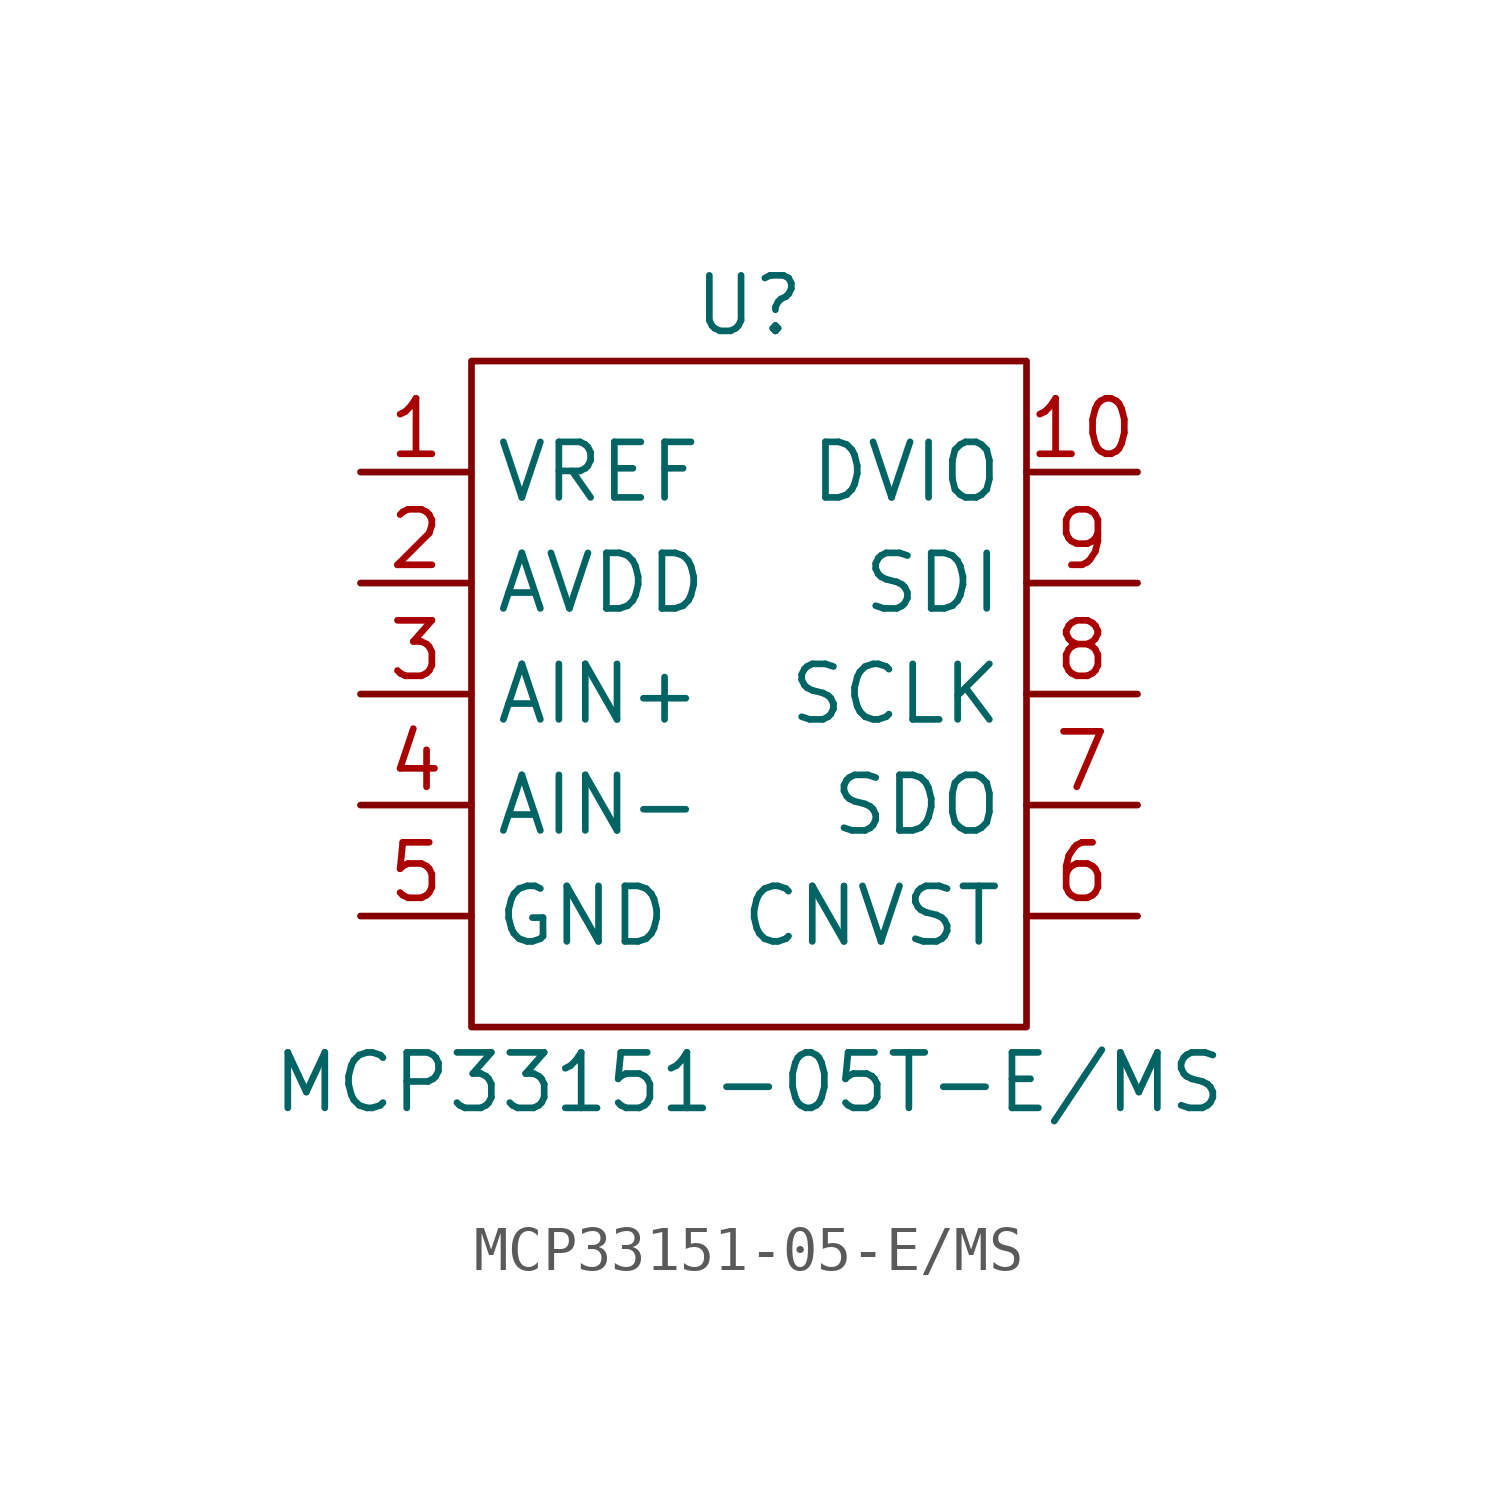
<source format=kicad_sym>
(kicad_symbol_lib
  (version 20220914)
  (generator kicad_symbol_editor)
  (symbol "MCP33151-05-E/MS"
    (property "Reference" "U"
      (at 0 8.89 0)
      (effects (font (size 1.27 1.27))))
    (property "Value" " MCP33151-05T-E/MS"
      (at 0 -8.89 0)
      (effects (font (size 1.27 1.27))))
    (symbol "MCP33151-05-E/MS_0_0"
      (pin passive line (at -8.89 5.08 0) (length 2.54) (name "VREF" (effects (font (size 1.27 1.27)))) (number "1" (effects (font (size 1.27 1.27)))))
      (pin power_in line (at 8.89 5.08 180) (length 2.54) (name "DVIO" (effects (font (size 1.27 1.27)))) (number "10" (effects (font (size 1.27 1.27)))))
      (pin power_in line (at -8.89 2.54 0) (length 2.54) (name "AVDD" (effects (font (size 1.27 1.27)))) (number "2" (effects (font (size 1.27 1.27)))))
      (pin passive line (at -8.89 0 0) (length 2.54) (name "AIN+" (effects (font (size 1.27 1.27)))) (number "3" (effects (font (size 1.27 1.27)))))
      (pin passive line (at -8.89 -2.54 0) (length 2.54) (name "AIN-" (effects (font (size 1.27 1.27)))) (number "4" (effects (font (size 1.27 1.27)))))
      (pin passive line (at -8.89 -5.08 0) (length 2.54) (name "GND" (effects (font (size 1.27 1.27)))) (number "5" (effects (font (size 1.27 1.27)))))
      (pin passive line (at 8.89 -5.08 180) (length 2.54) (name "CNVST" (effects (font (size 1.27 1.27)))) (number "6" (effects (font (size 1.27 1.27)))))
      (pin passive line (at 8.89 -2.54 180) (length 2.54) (name "SDO" (effects (font (size 1.27 1.27)))) (number "7" (effects (font (size 1.27 1.27)))))
      (pin passive line (at 8.89 0 180) (length 2.54) (name "SCLK" (effects (font (size 1.27 1.27)))) (number "8" (effects (font (size 1.27 1.27)))))
      (pin passive line (at 8.89 2.54 180) (length 2.54) (name "SDI" (effects (font (size 1.27 1.27)))) (number "9" (effects (font (size 1.27 1.27))))))
    (symbol "MCP33151-05-E/MS_0_1"
      (rectangle (start -6.35 7.62) (end 6.35 -7.62) (stroke (width 0) (type default)) (fill (type none))))))
</source>
